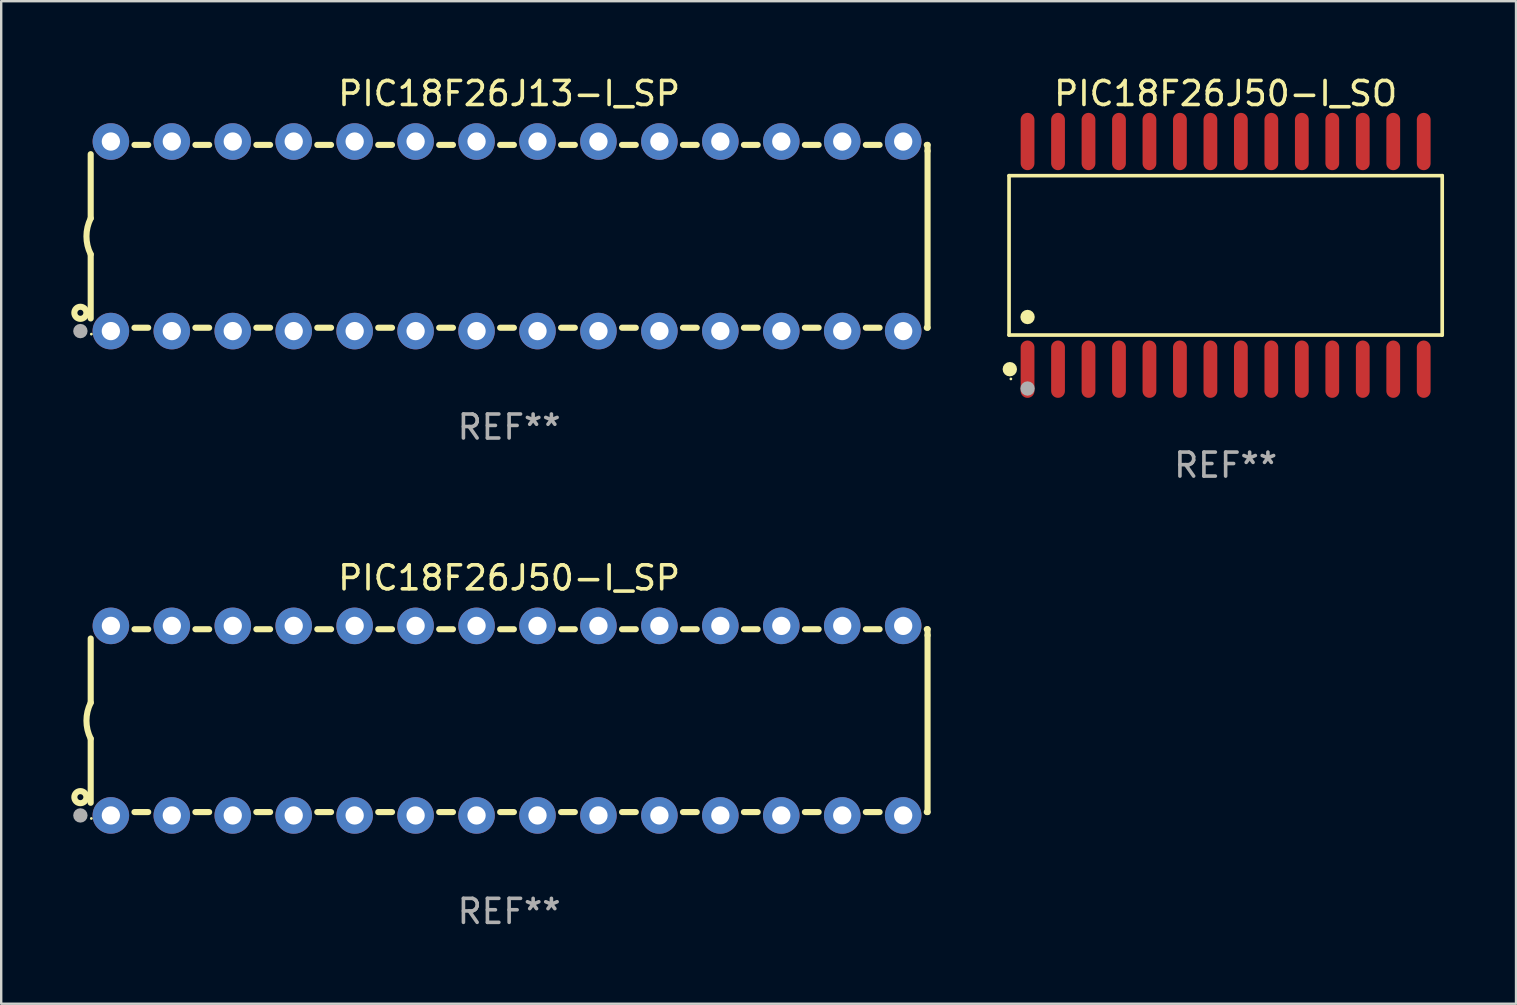
<source format=kicad_pcb>
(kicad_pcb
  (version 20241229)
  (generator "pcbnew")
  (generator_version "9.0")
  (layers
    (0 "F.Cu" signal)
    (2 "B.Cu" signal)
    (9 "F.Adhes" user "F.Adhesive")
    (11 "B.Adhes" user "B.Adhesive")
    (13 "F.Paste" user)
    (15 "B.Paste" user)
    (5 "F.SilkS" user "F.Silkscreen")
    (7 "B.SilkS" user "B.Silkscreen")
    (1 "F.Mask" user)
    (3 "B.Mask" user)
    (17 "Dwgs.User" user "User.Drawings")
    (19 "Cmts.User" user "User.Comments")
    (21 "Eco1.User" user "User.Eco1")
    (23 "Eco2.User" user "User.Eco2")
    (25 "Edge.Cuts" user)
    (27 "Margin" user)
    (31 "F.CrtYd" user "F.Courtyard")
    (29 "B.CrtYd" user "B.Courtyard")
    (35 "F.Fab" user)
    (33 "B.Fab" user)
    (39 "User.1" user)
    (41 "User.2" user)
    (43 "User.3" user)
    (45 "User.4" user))
  (footprint "PIC18F26J50-I_SP"
    (layer "F.Cu")
    (at 18.168 26.983)
    (property "Reference" "PIC18F26J50-I_SP" (at 0 -5.95 0) (layer "F.SilkS") (effects (font (size 1 1) (thickness 0.15))))
    (attr through_hole)
    (fp_line (start -17.438 0.75) (end -17.438 3.423) (stroke (width 0.254) (type solid)) (layer "F.SilkS"))
    (fp_line (start -17.438 -3.423) (end -17.438 -0.75) (stroke (width 0.254) (type solid)) (layer "F.SilkS"))
    (fp_line (start -15.615 3.81) (end -15.041 3.81) (stroke (width 0.254) (type solid)) (layer "F.SilkS"))
    (fp_line (start -15.041 -3.81) (end -15.614 -3.81) (stroke (width 0.254) (type solid)) (layer "F.SilkS"))
    (fp_line (start -13.075 3.81) (end -12.501 3.81) (stroke (width 0.254) (type solid)) (layer "F.SilkS"))
    (fp_line (start -12.501 -3.81) (end -13.074 -3.81) (stroke (width 0.254) (type solid)) (layer "F.SilkS"))
    (fp_line (start -10.535 3.81) (end -9.961 3.81) (stroke (width 0.254) (type solid)) (layer "F.SilkS"))
    (fp_line (start -9.961 -3.81) (end -10.534 -3.81) (stroke (width 0.254) (type solid)) (layer "F.SilkS"))
    (fp_line (start -7.995 3.81) (end -7.421 3.81) (stroke (width 0.254) (type solid)) (layer "F.SilkS"))
    (fp_line (start -7.421 -3.81) (end -7.995 -3.81) (stroke (width 0.254) (type solid)) (layer "F.SilkS"))
    (fp_line (start -5.455 3.81) (end -4.881 3.81) (stroke (width 0.254) (type solid)) (layer "F.SilkS"))
    (fp_line (start -4.881 -3.81) (end -5.455 -3.81) (stroke (width 0.254) (type solid)) (layer "F.SilkS"))
    (fp_line (start -2.915 3.81) (end -2.341 3.81) (stroke (width 0.254) (type solid)) (layer "F.SilkS"))
    (fp_line (start -2.341 -3.81) (end -2.915 -3.81) (stroke (width 0.254) (type solid)) (layer "F.SilkS"))
    (fp_line (start -0.375 3.81) (end 0.199 3.81) (stroke (width 0.254) (type solid)) (layer "F.SilkS"))
    (fp_line (start 0.199 -3.81) (end -0.375 -3.81) (stroke (width 0.254) (type solid)) (layer "F.SilkS"))
    (fp_line (start 2.165 3.81) (end 2.739 3.81) (stroke (width 0.254) (type solid)) (layer "F.SilkS"))
    (fp_line (start 2.739 -3.81) (end 2.165 -3.81) (stroke (width 0.254) (type solid)) (layer "F.SilkS"))
    (fp_line (start 4.705 3.81) (end 5.279 3.81) (stroke (width 0.254) (type solid)) (layer "F.SilkS"))
    (fp_line (start 5.279 -3.81) (end 4.705 -3.81) (stroke (width 0.254) (type solid)) (layer "F.SilkS"))
    (fp_line (start 7.245 3.81) (end 7.819 3.81) (stroke (width 0.254) (type solid)) (layer "F.SilkS"))
    (fp_line (start 7.819 -3.81) (end 7.245 -3.81) (stroke (width 0.254) (type solid)) (layer "F.SilkS"))
    (fp_line (start 9.785 3.81) (end 10.359 3.81) (stroke (width 0.254) (type solid)) (layer "F.SilkS"))
    (fp_line (start 10.359 -3.81) (end 9.785 -3.81) (stroke (width 0.254) (type solid)) (layer "F.SilkS"))
    (fp_line (start 12.325 3.81) (end 12.899 3.81) (stroke (width 0.254) (type solid)) (layer "F.SilkS"))
    (fp_line (start 12.899 -3.81) (end 12.325 -3.81) (stroke (width 0.254) (type solid)) (layer "F.SilkS"))
    (fp_line (start 14.865 3.81) (end 15.439 3.81) (stroke (width 0.254) (type solid)) (layer "F.SilkS"))
    (fp_line (start 15.439 -3.81) (end 14.865 -3.81) (stroke (width 0.254) (type solid)) (layer "F.SilkS"))
    (fp_line (start 17.405 3.81) (end 17.438 3.81) (stroke (width 0.254) (type solid)) (layer "F.SilkS"))
    (fp_line (start 17.438 -3.81) (end 17.405 -3.81) (stroke (width 0.254) (type solid)) (layer "F.SilkS"))
    (fp_line (start 17.438 -3.556) (end 17.438 -3.81) (stroke (width 0.254) (type solid)) (layer "F.SilkS"))
    (fp_line (start 17.438 3.81) (end 17.438 -3.556) (stroke (width 0.254) (type solid)) (layer "F.SilkS"))
    (fp_arc (start -17.437986 0.749657) (mid -17.614887 -0.000024) (end -17.437783 -0.749657) (stroke (width 0.254001) (type solid)) (layer "F.SilkS"))
    (fp_circle (center -17.868 3.188) (end -17.743 3.188) (stroke (width 0.254) (type solid)) (fill no) (layer "F.SilkS"))
    (fp_circle (center -17.411 4.077) (end -17.381 4.077) (stroke (width 0.06) (type solid)) (fill no) (layer "F.SilkS"))
    (fp_circle (center -17.868 3.95) (end -17.718 3.95) (stroke (width 0.3) (type solid)) (fill no) (layer "F.Fab"))
    (fp_text user "REF**" (at 0 7.95 0) (layer "F.Fab") (effects (font (size 1 1) (thickness 0.15))))
    (pad "1" thru_hole circle (at -16.598 3.95) (size 1.524 1.524) (drill 0.762) (layers "*.Cu" "*.Mask"))
    (pad "2" thru_hole circle (at -14.058 3.95) (size 1.524 1.524) (drill 0.762) (layers "*.Cu" "*.Mask"))
    (pad "3" thru_hole circle (at -11.518 3.95) (size 1.524 1.524) (drill 0.762) (layers "*.Cu" "*.Mask"))
    (pad "4" thru_hole circle (at -8.978 3.95) (size 1.524 1.524) (drill 0.762) (layers "*.Cu" "*.Mask"))
    (pad "5" thru_hole circle (at -6.438 3.95) (size 1.524 1.524) (drill 0.762) (layers "*.Cu" "*.Mask"))
    (pad "6" thru_hole circle (at -3.898 3.95) (size 1.524 1.524) (drill 0.762) (layers "*.Cu" "*.Mask"))
    (pad "7" thru_hole circle (at -1.358 3.95) (size 1.524 1.524) (drill 0.762) (layers "*.Cu" "*.Mask"))
    (pad "8" thru_hole circle (at 1.182 3.95) (size 1.524 1.524) (drill 0.762) (layers "*.Cu" "*.Mask"))
    (pad "9" thru_hole circle (at 3.722 3.95) (size 1.524 1.524) (drill 0.762) (layers "*.Cu" "*.Mask"))
    (pad "10" thru_hole circle (at 6.262 3.95) (size 1.524 1.524) (drill 0.762) (layers "*.Cu" "*.Mask"))
    (pad "11" thru_hole circle (at 8.802 3.95) (size 1.524 1.524) (drill 0.762) (layers "*.Cu" "*.Mask"))
    (pad "12" thru_hole circle (at 11.342 3.95) (size 1.524 1.524) (drill 0.762) (layers "*.Cu" "*.Mask"))
    (pad "13" thru_hole circle (at 13.882 3.95) (size 1.524 1.524) (drill 0.762) (layers "*.Cu" "*.Mask"))
    (pad "14" thru_hole circle (at 16.422 3.95) (size 1.524 1.524) (drill 0.762) (layers "*.Cu" "*.Mask"))
    (pad "15" thru_hole circle (at 16.422 -3.95) (size 1.524 1.524) (drill 0.762) (layers "*.Cu" "*.Mask"))
    (pad "16" thru_hole circle (at 13.882 -3.95) (size 1.524 1.524) (drill 0.762) (layers "*.Cu" "*.Mask"))
    (pad "17" thru_hole circle (at 11.342 -3.95) (size 1.524 1.524) (drill 0.762) (layers "*.Cu" "*.Mask"))
    (pad "18" thru_hole circle (at 8.802 -3.95) (size 1.524 1.524) (drill 0.762) (layers "*.Cu" "*.Mask"))
    (pad "19" thru_hole circle (at 6.262 -3.95) (size 1.524 1.524) (drill 0.762) (layers "*.Cu" "*.Mask"))
    (pad "20" thru_hole circle (at 3.722 -3.95) (size 1.524 1.524) (drill 0.762) (layers "*.Cu" "*.Mask"))
    (pad "21" thru_hole circle (at 1.182 -3.95) (size 1.524 1.524) (drill 0.762) (layers "*.Cu" "*.Mask"))
    (pad "22" thru_hole circle (at -1.358 -3.95) (size 1.524 1.524) (drill 0.762) (layers "*.Cu" "*.Mask"))
    (pad "23" thru_hole circle (at -3.898 -3.95) (size 1.524 1.524) (drill 0.762) (layers "*.Cu" "*.Mask"))
    (pad "24" thru_hole circle (at -6.438 -3.95) (size 1.524 1.524) (drill 0.762) (layers "*.Cu" "*.Mask"))
    (pad "25" thru_hole circle (at -8.978 -3.95) (size 1.524 1.524) (drill 0.762) (layers "*.Cu" "*.Mask"))
    (pad "26" thru_hole circle (at -11.517 -3.95) (size 1.524 1.524) (drill 0.762) (layers "*.Cu" "*.Mask"))
    (pad "27" thru_hole circle (at -14.057 -3.95) (size 1.524 1.524) (drill 0.762) (layers "*.Cu" "*.Mask"))
    (pad "28" thru_hole circle (at -16.597 -3.95) (size 1.524 1.524) (drill 0.762) (layers "*.Cu" "*.Mask")))
  (footprint "PIC18F26J50-I_SO"
    (layer "F.Cu")
    (at 48.028 7.592)
    (property "Reference" "PIC18F26J50-I_SO" (at 0 -6.744 0) (layer "F.SilkS") (effects (font (size 1 1) (thickness 0.15))))
    (attr through_hole)
    (fp_line (start -9.026 -3.321) (end 9.026 -3.321) (stroke (width 0.152) (type solid)) (layer "F.SilkS"))
    (fp_line (start -9.026 3.321) (end -9.026 -3.321) (stroke (width 0.152) (type solid)) (layer "F.SilkS"))
    (fp_line (start 9.026 -3.321) (end 9.026 3.321) (stroke (width 0.152) (type solid)) (layer "F.SilkS"))
    (fp_line (start 9.026 3.321) (end -9.026 3.321) (stroke (width 0.152) (type solid)) (layer "F.SilkS"))
    (fp_circle (center -8.994 4.744) (end -8.844 4.744) (stroke (width 0.3) (type solid)) (fill no) (layer "F.SilkS"))
    (fp_circle (center -8.95 5.15) (end -8.92 5.15) (stroke (width 0.06) (type solid)) (fill no) (layer "F.SilkS"))
    (fp_circle (center -8.255 2.569) (end -8.105 2.569) (stroke (width 0.3) (type solid)) (fill no) (layer "F.SilkS"))
    (fp_circle (center -8.255 5.55) (end -8.105 5.55) (stroke (width 0.3) (type solid)) (fill no) (layer "F.Fab"))
    (fp_text user "REF**" (at 0 8.744 0) (layer "F.Fab") (effects (font (size 1 1) (thickness 0.15))))
    (pad "1" smd oval (at -8.255 4.744) (size 0.574 2.388) (layers "F.Cu" "F.Mask" "F.Paste"))
    (pad "2" smd oval (at -6.985 4.744) (size 0.574 2.388) (layers "F.Cu" "F.Mask" "F.Paste"))
    (pad "3" smd oval (at -5.715 4.744) (size 0.574 2.388) (layers "F.Cu" "F.Mask" "F.Paste"))
    (pad "4" smd oval (at -4.445 4.744) (size 0.574 2.388) (layers "F.Cu" "F.Mask" "F.Paste"))
    (pad "5" smd oval (at -3.175 4.744) (size 0.574 2.388) (layers "F.Cu" "F.Mask" "F.Paste"))
    (pad "6" smd oval (at -1.905 4.744) (size 0.574 2.388) (layers "F.Cu" "F.Mask" "F.Paste"))
    (pad "7" smd oval (at -0.635 4.744) (size 0.574 2.388) (layers "F.Cu" "F.Mask" "F.Paste"))
    (pad "8" smd oval (at 0.635 4.744) (size 0.574 2.388) (layers "F.Cu" "F.Mask" "F.Paste"))
    (pad "9" smd oval (at 1.905 4.744) (size 0.574 2.388) (layers "F.Cu" "F.Mask" "F.Paste"))
    (pad "10" smd oval (at 3.175 4.744) (size 0.574 2.388) (layers "F.Cu" "F.Mask" "F.Paste"))
    (pad "11" smd oval (at 4.445 4.744) (size 0.574 2.388) (layers "F.Cu" "F.Mask" "F.Paste"))
    (pad "12" smd oval (at 5.715 4.744) (size 0.574 2.388) (layers "F.Cu" "F.Mask" "F.Paste"))
    (pad "13" smd oval (at 6.985 4.744) (size 0.574 2.388) (layers "F.Cu" "F.Mask" "F.Paste"))
    (pad "14" smd oval (at 8.255 4.744) (size 0.574 2.388) (layers "F.Cu" "F.Mask" "F.Paste"))
    (pad "15" smd oval (at 8.255 -4.744) (size 0.574 2.388) (layers "F.Cu" "F.Mask" "F.Paste"))
    (pad "16" smd oval (at 6.985 -4.744) (size 0.574 2.388) (layers "F.Cu" "F.Mask" "F.Paste"))
    (pad "17" smd oval (at 5.715 -4.744) (size 0.574 2.388) (layers "F.Cu" "F.Mask" "F.Paste"))
    (pad "18" smd oval (at 4.445 -4.744) (size 0.574 2.388) (layers "F.Cu" "F.Mask" "F.Paste"))
    (pad "19" smd oval (at 3.175 -4.744) (size 0.574 2.388) (layers "F.Cu" "F.Mask" "F.Paste"))
    (pad "20" smd oval (at 1.905 -4.744) (size 0.574 2.388) (layers "F.Cu" "F.Mask" "F.Paste"))
    (pad "21" smd oval (at 0.635 -4.744) (size 0.574 2.388) (layers "F.Cu" "F.Mask" "F.Paste"))
    (pad "22" smd oval (at -0.635 -4.744) (size 0.574 2.388) (layers "F.Cu" "F.Mask" "F.Paste"))
    (pad "23" smd oval (at -1.905 -4.744) (size 0.574 2.388) (layers "F.Cu" "F.Mask" "F.Paste"))
    (pad "24" smd oval (at -3.175 -4.744) (size 0.574 2.388) (layers "F.Cu" "F.Mask" "F.Paste"))
    (pad "25" smd oval (at -4.445 -4.744) (size 0.574 2.388) (layers "F.Cu" "F.Mask" "F.Paste"))
    (pad "26" smd oval (at -5.715 -4.744) (size 0.574 2.388) (layers "F.Cu" "F.Mask" "F.Paste"))
    (pad "27" smd oval (at -6.985 -4.744) (size 0.574 2.388) (layers "F.Cu" "F.Mask" "F.Paste"))
    (pad "28" smd oval (at -8.255 -4.744) (size 0.574 2.388) (layers "F.Cu" "F.Mask" "F.Paste")))
  (footprint "PIC18F26J13-I_SP"
    (layer "F.Cu")
    (at 18.168 6.798)
    (property "Reference" "PIC18F26J13-I_SP" (at 0 -5.95 0) (layer "F.SilkS") (effects (font (size 1 1) (thickness 0.15))))
    (attr through_hole)
    (fp_line (start -17.438 0.75) (end -17.438 3.423) (stroke (width 0.254) (type solid)) (layer "F.SilkS"))
    (fp_line (start -17.438 -3.423) (end -17.438 -0.75) (stroke (width 0.254) (type solid)) (layer "F.SilkS"))
    (fp_line (start -15.615 3.81) (end -15.041 3.81) (stroke (width 0.254) (type solid)) (layer "F.SilkS"))
    (fp_line (start -15.041 -3.81) (end -15.614 -3.81) (stroke (width 0.254) (type solid)) (layer "F.SilkS"))
    (fp_line (start -13.075 3.81) (end -12.501 3.81) (stroke (width 0.254) (type solid)) (layer "F.SilkS"))
    (fp_line (start -12.501 -3.81) (end -13.074 -3.81) (stroke (width 0.254) (type solid)) (layer "F.SilkS"))
    (fp_line (start -10.535 3.81) (end -9.961 3.81) (stroke (width 0.254) (type solid)) (layer "F.SilkS"))
    (fp_line (start -9.961 -3.81) (end -10.534 -3.81) (stroke (width 0.254) (type solid)) (layer "F.SilkS"))
    (fp_line (start -7.995 3.81) (end -7.421 3.81) (stroke (width 0.254) (type solid)) (layer "F.SilkS"))
    (fp_line (start -7.421 -3.81) (end -7.995 -3.81) (stroke (width 0.254) (type solid)) (layer "F.SilkS"))
    (fp_line (start -5.455 3.81) (end -4.881 3.81) (stroke (width 0.254) (type solid)) (layer "F.SilkS"))
    (fp_line (start -4.881 -3.81) (end -5.455 -3.81) (stroke (width 0.254) (type solid)) (layer "F.SilkS"))
    (fp_line (start -2.915 3.81) (end -2.341 3.81) (stroke (width 0.254) (type solid)) (layer "F.SilkS"))
    (fp_line (start -2.341 -3.81) (end -2.915 -3.81) (stroke (width 0.254) (type solid)) (layer "F.SilkS"))
    (fp_line (start -0.375 3.81) (end 0.199 3.81) (stroke (width 0.254) (type solid)) (layer "F.SilkS"))
    (fp_line (start 0.199 -3.81) (end -0.375 -3.81) (stroke (width 0.254) (type solid)) (layer "F.SilkS"))
    (fp_line (start 2.165 3.81) (end 2.739 3.81) (stroke (width 0.254) (type solid)) (layer "F.SilkS"))
    (fp_line (start 2.739 -3.81) (end 2.165 -3.81) (stroke (width 0.254) (type solid)) (layer "F.SilkS"))
    (fp_line (start 4.705 3.81) (end 5.279 3.81) (stroke (width 0.254) (type solid)) (layer "F.SilkS"))
    (fp_line (start 5.279 -3.81) (end 4.705 -3.81) (stroke (width 0.254) (type solid)) (layer "F.SilkS"))
    (fp_line (start 7.245 3.81) (end 7.819 3.81) (stroke (width 0.254) (type solid)) (layer "F.SilkS"))
    (fp_line (start 7.819 -3.81) (end 7.245 -3.81) (stroke (width 0.254) (type solid)) (layer "F.SilkS"))
    (fp_line (start 9.785 3.81) (end 10.359 3.81) (stroke (width 0.254) (type solid)) (layer "F.SilkS"))
    (fp_line (start 10.359 -3.81) (end 9.785 -3.81) (stroke (width 0.254) (type solid)) (layer "F.SilkS"))
    (fp_line (start 12.325 3.81) (end 12.899 3.81) (stroke (width 0.254) (type solid)) (layer "F.SilkS"))
    (fp_line (start 12.899 -3.81) (end 12.325 -3.81) (stroke (width 0.254) (type solid)) (layer "F.SilkS"))
    (fp_line (start 14.865 3.81) (end 15.439 3.81) (stroke (width 0.254) (type solid)) (layer "F.SilkS"))
    (fp_line (start 15.439 -3.81) (end 14.865 -3.81) (stroke (width 0.254) (type solid)) (layer "F.SilkS"))
    (fp_line (start 17.405 3.81) (end 17.438 3.81) (stroke (width 0.254) (type solid)) (layer "F.SilkS"))
    (fp_line (start 17.438 -3.81) (end 17.405 -3.81) (stroke (width 0.254) (type solid)) (layer "F.SilkS"))
    (fp_line (start 17.438 -3.556) (end 17.438 -3.81) (stroke (width 0.254) (type solid)) (layer "F.SilkS"))
    (fp_line (start 17.438 3.81) (end 17.438 -3.556) (stroke (width 0.254) (type solid)) (layer "F.SilkS"))
    (fp_arc (start -17.437986 0.749657) (mid -17.614887 -0.000024) (end -17.437783 -0.749657) (stroke (width 0.254001) (type solid)) (layer "F.SilkS"))
    (fp_circle (center -17.868 3.188) (end -17.743 3.188) (stroke (width 0.254) (type solid)) (fill no) (layer "F.SilkS"))
    (fp_circle (center -17.411 4.077) (end -17.381 4.077) (stroke (width 0.06) (type solid)) (fill no) (layer "F.SilkS"))
    (fp_circle (center -17.868 3.95) (end -17.718 3.95) (stroke (width 0.3) (type solid)) (fill no) (layer "F.Fab"))
    (fp_text user "REF**" (at 0 7.95 0) (layer "F.Fab") (effects (font (size 1 1) (thickness 0.15))))
    (pad "1" thru_hole circle (at -16.598 3.95) (size 1.524 1.524) (drill 0.762) (layers "*.Cu" "*.Mask"))
    (pad "2" thru_hole circle (at -14.058 3.95) (size 1.524 1.524) (drill 0.762) (layers "*.Cu" "*.Mask"))
    (pad "3" thru_hole circle (at -11.518 3.95) (size 1.524 1.524) (drill 0.762) (layers "*.Cu" "*.Mask"))
    (pad "4" thru_hole circle (at -8.978 3.95) (size 1.524 1.524) (drill 0.762) (layers "*.Cu" "*.Mask"))
    (pad "5" thru_hole circle (at -6.438 3.95) (size 1.524 1.524) (drill 0.762) (layers "*.Cu" "*.Mask"))
    (pad "6" thru_hole circle (at -3.898 3.95) (size 1.524 1.524) (drill 0.762) (layers "*.Cu" "*.Mask"))
    (pad "7" thru_hole circle (at -1.358 3.95) (size 1.524 1.524) (drill 0.762) (layers "*.Cu" "*.Mask"))
    (pad "8" thru_hole circle (at 1.182 3.95) (size 1.524 1.524) (drill 0.762) (layers "*.Cu" "*.Mask"))
    (pad "9" thru_hole circle (at 3.722 3.95) (size 1.524 1.524) (drill 0.762) (layers "*.Cu" "*.Mask"))
    (pad "10" thru_hole circle (at 6.262 3.95) (size 1.524 1.524) (drill 0.762) (layers "*.Cu" "*.Mask"))
    (pad "11" thru_hole circle (at 8.802 3.95) (size 1.524 1.524) (drill 0.762) (layers "*.Cu" "*.Mask"))
    (pad "12" thru_hole circle (at 11.342 3.95) (size 1.524 1.524) (drill 0.762) (layers "*.Cu" "*.Mask"))
    (pad "13" thru_hole circle (at 13.882 3.95) (size 1.524 1.524) (drill 0.762) (layers "*.Cu" "*.Mask"))
    (pad "14" thru_hole circle (at 16.422 3.95) (size 1.524 1.524) (drill 0.762) (layers "*.Cu" "*.Mask"))
    (pad "15" thru_hole circle (at 16.422 -3.95) (size 1.524 1.524) (drill 0.762) (layers "*.Cu" "*.Mask"))
    (pad "16" thru_hole circle (at 13.882 -3.95) (size 1.524 1.524) (drill 0.762) (layers "*.Cu" "*.Mask"))
    (pad "17" thru_hole circle (at 11.342 -3.95) (size 1.524 1.524) (drill 0.762) (layers "*.Cu" "*.Mask"))
    (pad "18" thru_hole circle (at 8.802 -3.95) (size 1.524 1.524) (drill 0.762) (layers "*.Cu" "*.Mask"))
    (pad "19" thru_hole circle (at 6.262 -3.95) (size 1.524 1.524) (drill 0.762) (layers "*.Cu" "*.Mask"))
    (pad "20" thru_hole circle (at 3.722 -3.95) (size 1.524 1.524) (drill 0.762) (layers "*.Cu" "*.Mask"))
    (pad "21" thru_hole circle (at 1.182 -3.95) (size 1.524 1.524) (drill 0.762) (layers "*.Cu" "*.Mask"))
    (pad "22" thru_hole circle (at -1.358 -3.95) (size 1.524 1.524) (drill 0.762) (layers "*.Cu" "*.Mask"))
    (pad "23" thru_hole circle (at -3.898 -3.95) (size 1.524 1.524) (drill 0.762) (layers "*.Cu" "*.Mask"))
    (pad "24" thru_hole circle (at -6.438 -3.95) (size 1.524 1.524) (drill 0.762) (layers "*.Cu" "*.Mask"))
    (pad "25" thru_hole circle (at -8.978 -3.95) (size 1.524 1.524) (drill 0.762) (layers "*.Cu" "*.Mask"))
    (pad "26" thru_hole circle (at -11.517 -3.95) (size 1.524 1.524) (drill 0.762) (layers "*.Cu" "*.Mask"))
    (pad "27" thru_hole circle (at -14.057 -3.95) (size 1.524 1.524) (drill 0.762) (layers "*.Cu" "*.Mask"))
    (pad "28" thru_hole circle (at -16.597 -3.95) (size 1.524 1.524) (drill 0.762) (layers "*.Cu" "*.Mask")))
  (gr_rect
    (start -3 -3)
    (end 60.13 38.781)
    (stroke (width 0.1) (type default))
    (fill no)
    (layer "Edge.Cuts")))
</source>
